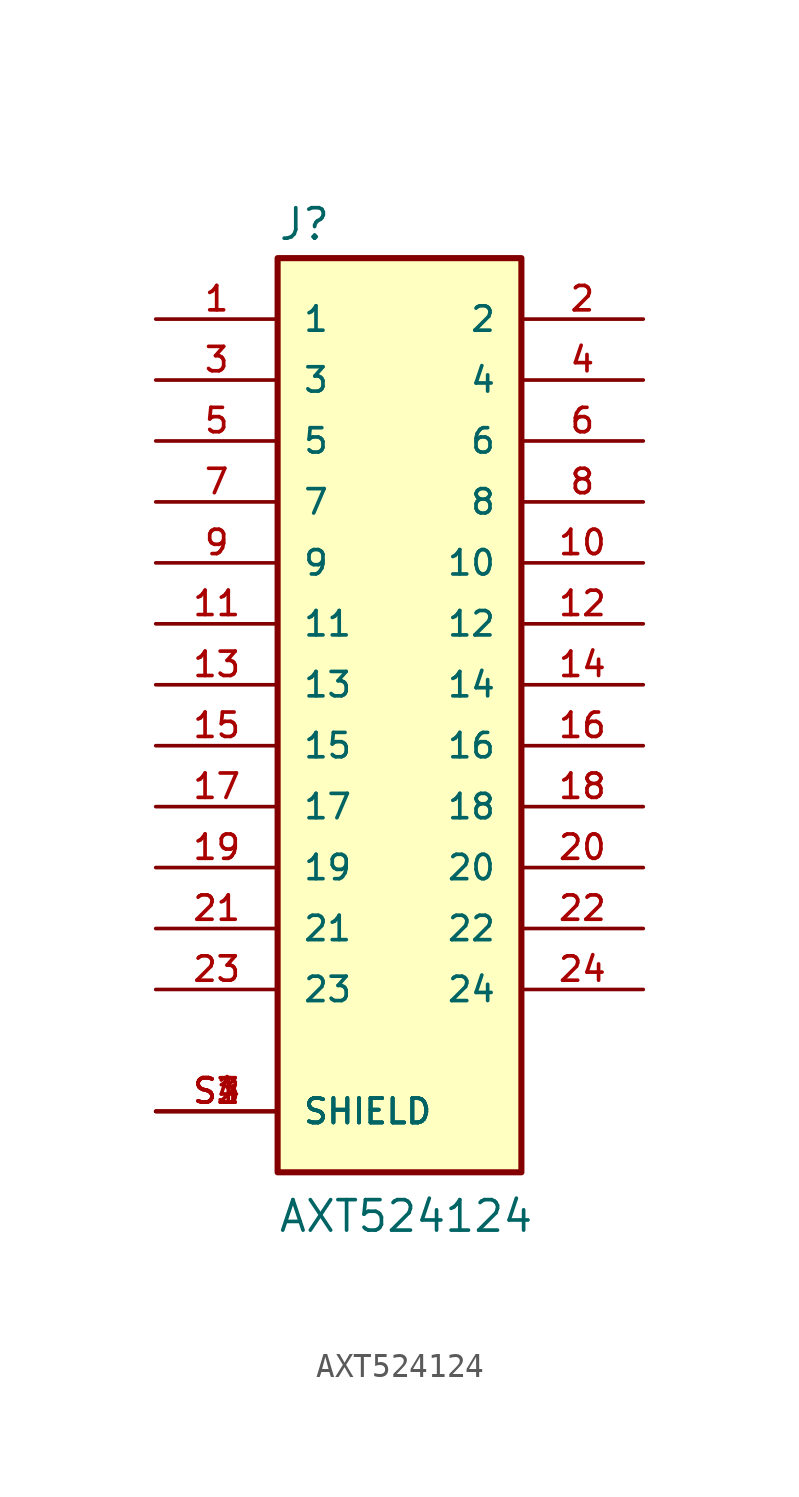
<source format=kicad_sym>
(kicad_symbol_lib
  (version 20211014)
  (generator kicad_symbol_editor)
  (symbol "AXT524124"
    (pin_names
      (offset 1.016))
    (property "Reference" "J"
      (at -5.089 18.449 0)
      (effects (font (size 1.27 1.27)) (justify bottom left)))
    (property "Value" "AXT524124"
      (at -5.087 -22.893 0)
      (effects (font (size 1.27 1.27)) (justify bottom left)))
    (symbol "AXT524124_0_0"
      (rectangle (start -5.08 -20.32) (end 5.08 17.78) (stroke (width 0.254)) (fill (type background)))
      (pin passive line (at -10.16 15.24 0) (length 5.08) (name "1" (effects (font (size 1.016 1.016)))) (number "1" (effects (font (size 1.016 1.016)))))
      (pin passive line (at 10.16 15.24 180.0) (length 5.08) (name "2" (effects (font (size 1.016 1.016)))) (number "2" (effects (font (size 1.016 1.016)))))
      (pin passive line (at -10.16 12.7 0) (length 5.08) (name "3" (effects (font (size 1.016 1.016)))) (number "3" (effects (font (size 1.016 1.016)))))
      (pin passive line (at 10.16 12.7 180.0) (length 5.08) (name "4" (effects (font (size 1.016 1.016)))) (number "4" (effects (font (size 1.016 1.016)))))
      (pin passive line (at -10.16 10.16 0) (length 5.08) (name "5" (effects (font (size 1.016 1.016)))) (number "5" (effects (font (size 1.016 1.016)))))
      (pin passive line (at 10.16 10.16 180.0) (length 5.08) (name "6" (effects (font (size 1.016 1.016)))) (number "6" (effects (font (size 1.016 1.016)))))
      (pin passive line (at -10.16 7.62 0) (length 5.08) (name "7" (effects (font (size 1.016 1.016)))) (number "7" (effects (font (size 1.016 1.016)))))
      (pin passive line (at 10.16 7.62 180.0) (length 5.08) (name "8" (effects (font (size 1.016 1.016)))) (number "8" (effects (font (size 1.016 1.016)))))
      (pin passive line (at -10.16 5.08 0) (length 5.08) (name "9" (effects (font (size 1.016 1.016)))) (number "9" (effects (font (size 1.016 1.016)))))
      (pin passive line (at 10.16 5.08 180.0) (length 5.08) (name "10" (effects (font (size 1.016 1.016)))) (number "10" (effects (font (size 1.016 1.016)))))
      (pin passive line (at -10.16 2.54 0) (length 5.08) (name "11" (effects (font (size 1.016 1.016)))) (number "11" (effects (font (size 1.016 1.016)))))
      (pin passive line (at 10.16 2.54 180.0) (length 5.08) (name "12" (effects (font (size 1.016 1.016)))) (number "12" (effects (font (size 1.016 1.016)))))
      (pin passive line (at -10.16 0.0 0) (length 5.08) (name "13" (effects (font (size 1.016 1.016)))) (number "13" (effects (font (size 1.016 1.016)))))
      (pin passive line (at 10.16 0.0 180.0) (length 5.08) (name "14" (effects (font (size 1.016 1.016)))) (number "14" (effects (font (size 1.016 1.016)))))
      (pin passive line (at -10.16 -2.54 0) (length 5.08) (name "15" (effects (font (size 1.016 1.016)))) (number "15" (effects (font (size 1.016 1.016)))))
      (pin passive line (at 10.16 -2.54 180.0) (length 5.08) (name "16" (effects (font (size 1.016 1.016)))) (number "16" (effects (font (size 1.016 1.016)))))
      (pin passive line (at -10.16 -5.08 0) (length 5.08) (name "17" (effects (font (size 1.016 1.016)))) (number "17" (effects (font (size 1.016 1.016)))))
      (pin passive line (at 10.16 -5.08 180.0) (length 5.08) (name "18" (effects (font (size 1.016 1.016)))) (number "18" (effects (font (size 1.016 1.016)))))
      (pin passive line (at -10.16 -7.62 0) (length 5.08) (name "19" (effects (font (size 1.016 1.016)))) (number "19" (effects (font (size 1.016 1.016)))))
      (pin passive line (at 10.16 -7.62 180.0) (length 5.08) (name "20" (effects (font (size 1.016 1.016)))) (number "20" (effects (font (size 1.016 1.016)))))
      (pin passive line (at -10.16 -10.16 0) (length 5.08) (name "21" (effects (font (size 1.016 1.016)))) (number "21" (effects (font (size 1.016 1.016)))))
      (pin passive line (at 10.16 -10.16 180.0) (length 5.08) (name "22" (effects (font (size 1.016 1.016)))) (number "22" (effects (font (size 1.016 1.016)))))
      (pin passive line (at -10.16 -12.7 0) (length 5.08) (name "23" (effects (font (size 1.016 1.016)))) (number "23" (effects (font (size 1.016 1.016)))))
      (pin passive line (at 10.16 -12.7 180.0) (length 5.08) (name "24" (effects (font (size 1.016 1.016)))) (number "24" (effects (font (size 1.016 1.016)))))
      (pin passive line (at -10.16 -17.78 0) (length 5.08) (name "SHIELD" (effects (font (size 1.016 1.016)))) (number "S1" (effects (font (size 1.016 1.016)))))
      (pin passive line (at -10.16 -17.78 0) (length 5.08) (name "SHIELD" (effects (font (size 1.016 1.016)))) (number "S2" (effects (font (size 1.016 1.016)))))
      (pin passive line (at -10.16 -17.78 0) (length 5.08) (name "SHIELD" (effects (font (size 1.016 1.016)))) (number "S3" (effects (font (size 1.016 1.016)))))
      (pin passive line (at -10.16 -17.78 0) (length 5.08) (name "SHIELD" (effects (font (size 1.016 1.016)))) (number "S4" (effects (font (size 1.016 1.016))))))))
</source>
